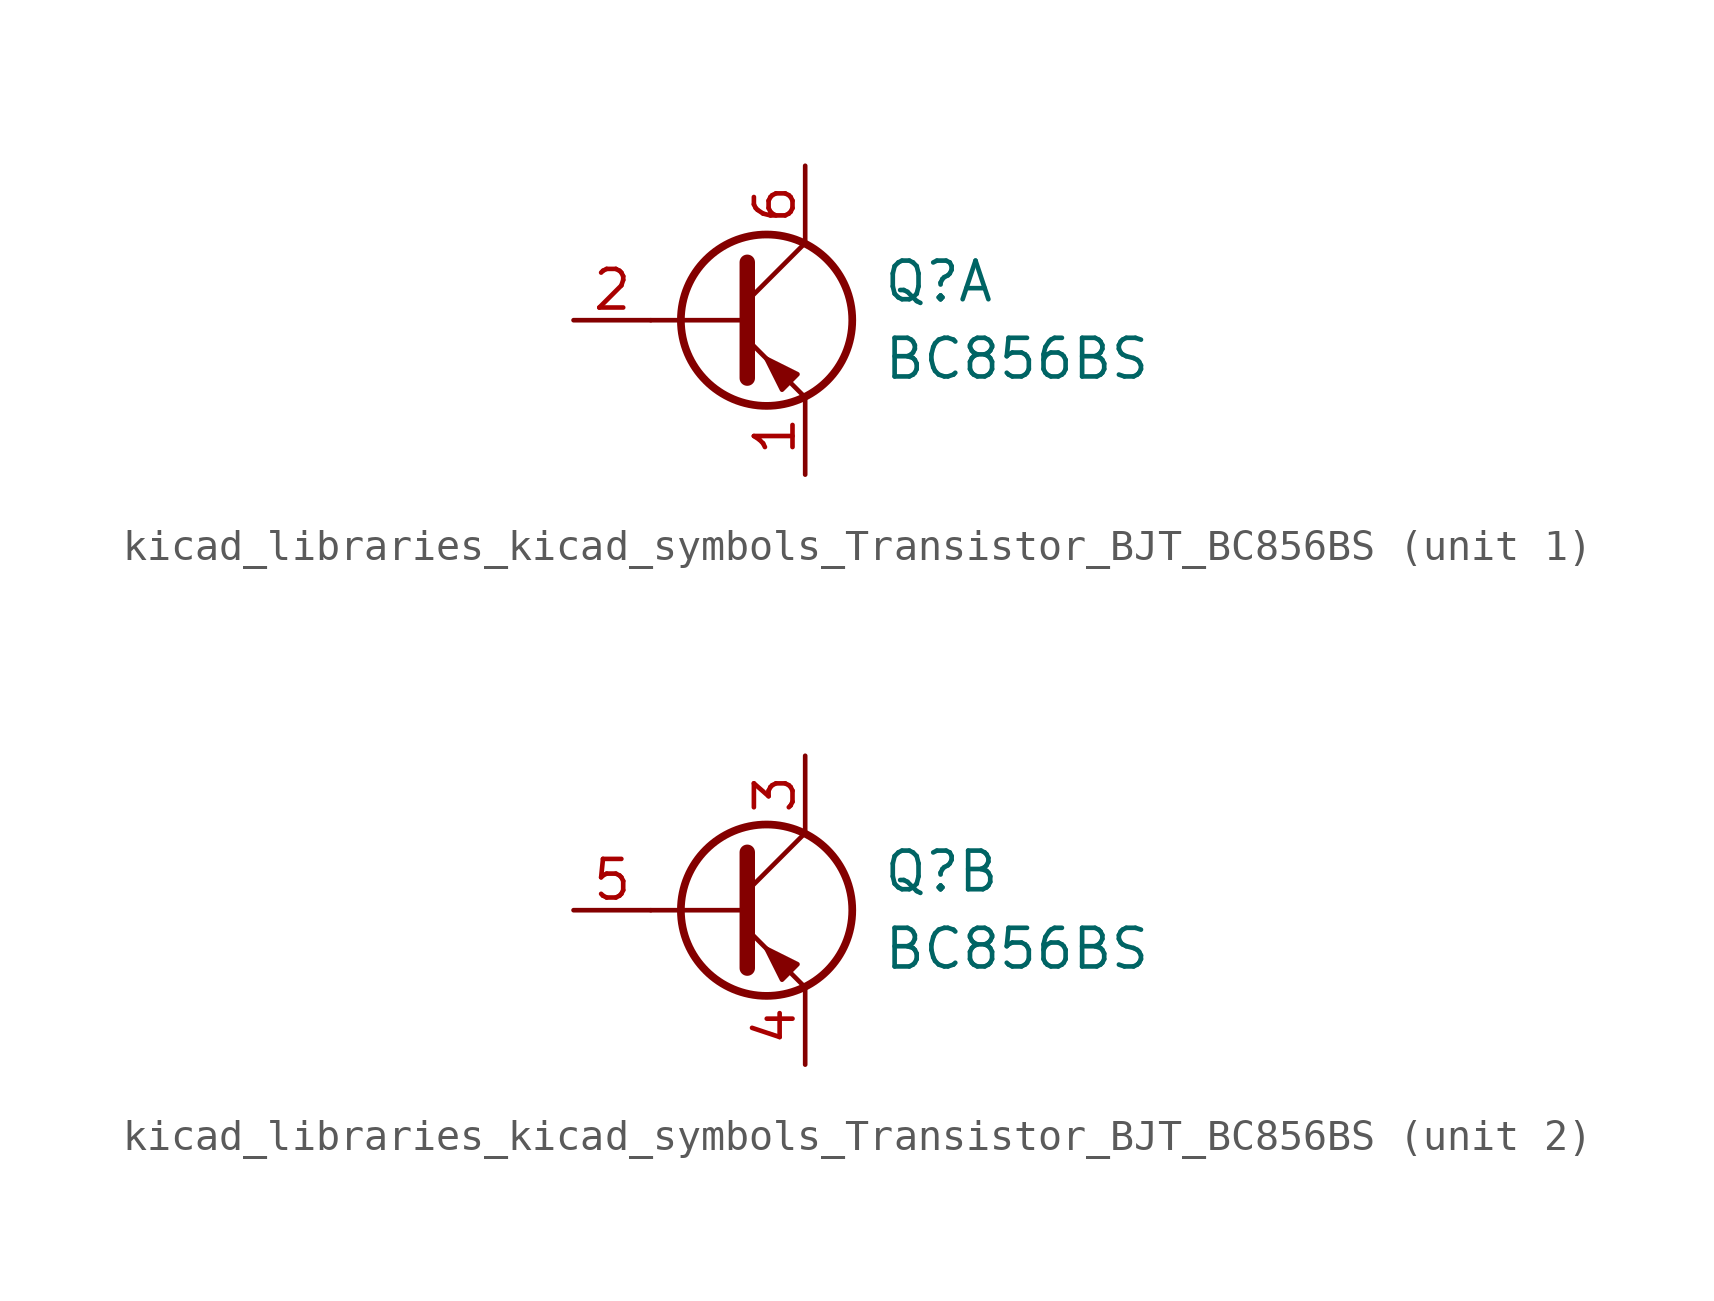
<source format=kicad_sym>
(kicad_symbol_lib
  (version 20220914)
  (generator kicad_symbol_editor)
  (symbol "kicad_libraries_kicad_symbols_Transistor_BJT_BC856BS"
    (pin_names
      (offset 0) hide)
    (property "Reference" "Q"
      (at 5.08 1.27 0)
      (effects (font (size 1.27 1.27)) (justify left)))
    (property "Value" "BC856BS"
      (at 5.08 -1.27 0)
      (effects (font (size 1.27 1.27)) (justify left)))
    (property "ki_locked" ""
      (at 0 0 0)
      (effects (font (size 1.27 1.27))))
    (symbol "kicad_libraries_kicad_symbols_Transistor_BJT_BC856BS_0_1"
      (polyline (pts (xy 0.635 0) (xy -2.54 0)) (stroke (width 0) (type default)) (fill (type none)))
      (polyline (pts (xy 0.635 0.635) (xy 2.54 2.54)) (stroke (width 0) (type default)) (fill (type none)))
      (polyline (pts (xy 0.635 -0.635) (xy 2.54 -2.54) (xy 2.54 -2.54)) (stroke (width 0) (type default)) (fill (type none)))
      (polyline (pts (xy 0.635 1.905) (xy 0.635 -1.905) (xy 0.635 -1.905)) (stroke (width 0.508) (type default)) (fill (type none)))
      (polyline (pts (xy 2.286 -1.778) (xy 1.778 -2.286) (xy 1.27 -1.27) (xy 2.286 -1.778) (xy 2.286 -1.778)) (stroke (width 0) (type default)) (fill (type outline)))
      (circle (center 1.27 0) (radius 2.819) (stroke (width 0.254) (type default)) (fill (type none))))
    (symbol "kicad_libraries_kicad_symbols_Transistor_BJT_BC856BS_1_1"
      (pin passive line (at 2.54 -5.08 90) (length 2.54) (name "E1" (effects (font (size 1.27 1.27)))) (number "1" (effects (font (size 1.27 1.27)))))
      (pin input line (at -5.08 0 0) (length 2.54) (name "B1" (effects (font (size 1.27 1.27)))) (number "2" (effects (font (size 1.27 1.27)))))
      (pin passive line (at 2.54 5.08 270) (length 2.54) (name "C1" (effects (font (size 1.27 1.27)))) (number "6" (effects (font (size 1.27 1.27))))))
    (symbol "kicad_libraries_kicad_symbols_Transistor_BJT_BC856BS_2_1"
      (pin passive line (at 2.54 5.08 270) (length 2.54) (name "C2" (effects (font (size 1.27 1.27)))) (number "3" (effects (font (size 1.27 1.27)))))
      (pin passive line (at 2.54 -5.08 90) (length 2.54) (name "E2" (effects (font (size 1.27 1.27)))) (number "4" (effects (font (size 1.27 1.27)))))
      (pin input line (at -5.08 0 0) (length 2.54) (name "B2" (effects (font (size 1.27 1.27)))) (number "5" (effects (font (size 1.27 1.27))))))))
</source>
